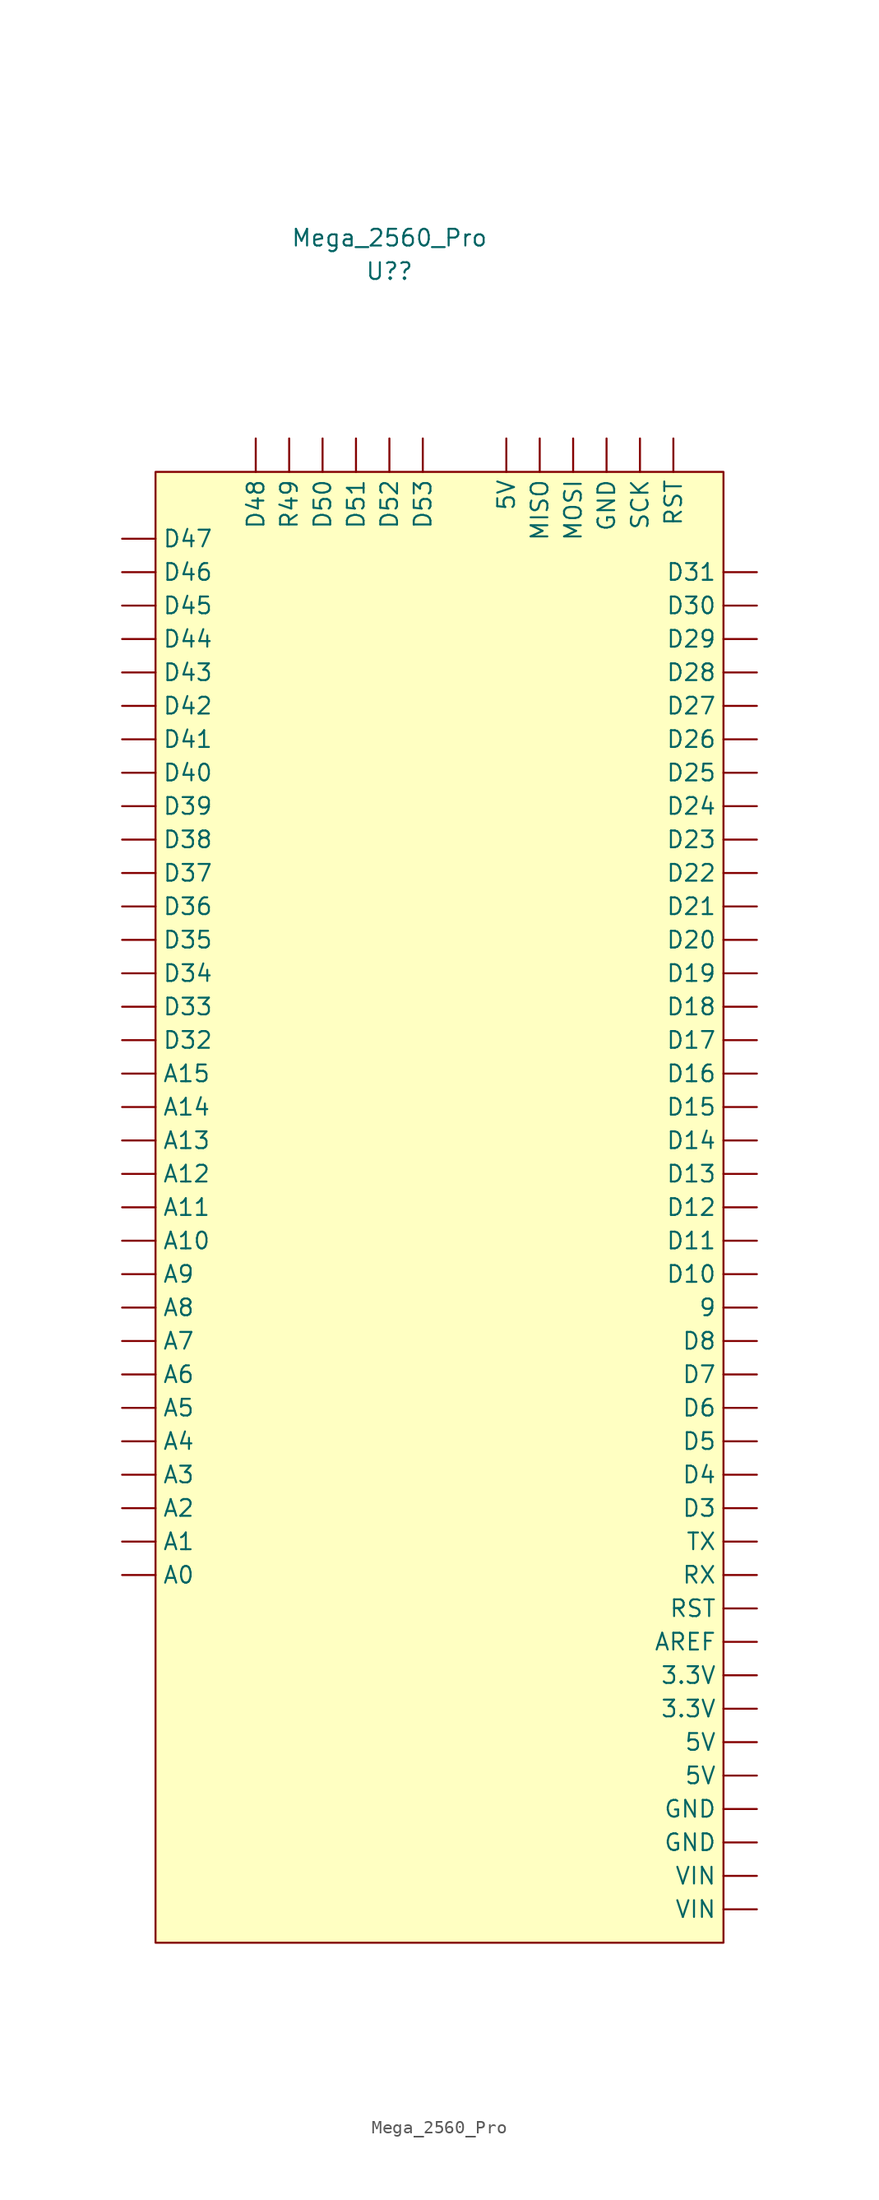
<source format=kicad_sym>
(kicad_symbol_lib
  (version 20211014)
  (generator kicad_symbol_editor)
  (symbol "Mega_2560_Pro"
    (property "Reference" "U?"
      (at 7.62 44.45 0)
      (effects (font (size 1.27 1.27))))
    (property "Value" "Mega_2560_Pro"
      (at 7.62 46.99 0)
      (effects (font (size 1.27 1.27))))
    (symbol "Mega_2560_Pro_0_1"
      (rectangle (start -10.16 29.21) (end 33.02 -82.55) (stroke (width 0) (type default) (color 0 0 0 0)) (fill (type background))))
    (symbol "Mega_2560_Pro_1_1"
      (pin power_out line (at 35.56 -64.77 180) (length 2.54) (name "3.3V" (effects (font (size 1.27 1.27)))) (number "" (effects (font (size 1.27 1.27)))))
      (pin power_out line (at 35.56 -62.23 180) (length 2.54) (name "3.3V" (effects (font (size 1.27 1.27)))) (number "" (effects (font (size 1.27 1.27)))))
      (pin power_out line (at 16.51 31.75 270) (length 2.54) (name "5V" (effects (font (size 1.27 1.27)))) (number "" (effects (font (size 1.27 1.27)))))
      (pin power_out line (at 35.56 -69.85 180) (length 2.54) (name "5V" (effects (font (size 1.27 1.27)))) (number "" (effects (font (size 1.27 1.27)))))
      (pin power_out line (at 35.56 -67.31 180) (length 2.54) (name "5V" (effects (font (size 1.27 1.27)))) (number "" (effects (font (size 1.27 1.27)))))
      (pin bidirectional line (at 35.56 -34.29 180) (length 2.54) (name "9" (effects (font (size 1.27 1.27)))) (number "" (effects (font (size 1.27 1.27)))))
      (pin bidirectional line (at -12.7 -54.61 0) (length 2.54) (name "A0" (effects (font (size 1.27 1.27)))) (number "" (effects (font (size 1.27 1.27)))))
      (pin bidirectional line (at -12.7 -52.07 0) (length 2.54) (name "A1" (effects (font (size 1.27 1.27)))) (number "" (effects (font (size 1.27 1.27)))))
      (pin bidirectional line (at -12.7 -29.21 0) (length 2.54) (name "A10" (effects (font (size 1.27 1.27)))) (number "" (effects (font (size 1.27 1.27)))))
      (pin bidirectional line (at -12.7 -26.67 0) (length 2.54) (name "A11" (effects (font (size 1.27 1.27)))) (number "" (effects (font (size 1.27 1.27)))))
      (pin bidirectional line (at -12.7 -24.13 0) (length 2.54) (name "A12" (effects (font (size 1.27 1.27)))) (number "" (effects (font (size 1.27 1.27)))))
      (pin bidirectional line (at -12.7 -21.59 0) (length 2.54) (name "A13" (effects (font (size 1.27 1.27)))) (number "" (effects (font (size 1.27 1.27)))))
      (pin bidirectional line (at -12.7 -19.05 0) (length 2.54) (name "A14" (effects (font (size 1.27 1.27)))) (number "" (effects (font (size 1.27 1.27)))))
      (pin bidirectional line (at -12.7 -16.51 0) (length 2.54) (name "A15" (effects (font (size 1.27 1.27)))) (number "" (effects (font (size 1.27 1.27)))))
      (pin bidirectional line (at -12.7 -49.53 0) (length 2.54) (name "A2" (effects (font (size 1.27 1.27)))) (number "" (effects (font (size 1.27 1.27)))))
      (pin bidirectional line (at -12.7 -46.99 0) (length 2.54) (name "A3" (effects (font (size 1.27 1.27)))) (number "" (effects (font (size 1.27 1.27)))))
      (pin bidirectional line (at -12.7 -44.45 0) (length 2.54) (name "A4" (effects (font (size 1.27 1.27)))) (number "" (effects (font (size 1.27 1.27)))))
      (pin bidirectional line (at -12.7 -41.91 0) (length 2.54) (name "A5" (effects (font (size 1.27 1.27)))) (number "" (effects (font (size 1.27 1.27)))))
      (pin bidirectional line (at -12.7 -39.37 0) (length 2.54) (name "A6" (effects (font (size 1.27 1.27)))) (number "" (effects (font (size 1.27 1.27)))))
      (pin bidirectional line (at -12.7 -36.83 0) (length 2.54) (name "A7" (effects (font (size 1.27 1.27)))) (number "" (effects (font (size 1.27 1.27)))))
      (pin bidirectional line (at -12.7 -34.29 0) (length 2.54) (name "A8" (effects (font (size 1.27 1.27)))) (number "" (effects (font (size 1.27 1.27)))))
      (pin bidirectional line (at -12.7 -31.75 0) (length 2.54) (name "A9" (effects (font (size 1.27 1.27)))) (number "" (effects (font (size 1.27 1.27)))))
      (pin input line (at 35.56 -59.69 180) (length 2.54) (name "AREF" (effects (font (size 1.27 1.27)))) (number "" (effects (font (size 1.27 1.27)))))
      (pin bidirectional line (at 35.56 -31.75 180) (length 2.54) (name "D10" (effects (font (size 1.27 1.27)))) (number "" (effects (font (size 1.27 1.27)))))
      (pin bidirectional line (at 35.56 -29.21 180) (length 2.54) (name "D11" (effects (font (size 1.27 1.27)))) (number "" (effects (font (size 1.27 1.27)))))
      (pin bidirectional line (at 35.56 -26.67 180) (length 2.54) (name "D12" (effects (font (size 1.27 1.27)))) (number "" (effects (font (size 1.27 1.27)))))
      (pin bidirectional line (at 35.56 -24.13 180) (length 2.54) (name "D13" (effects (font (size 1.27 1.27)))) (number "" (effects (font (size 1.27 1.27)))))
      (pin bidirectional line (at 35.56 -21.59 180) (length 2.54) (name "D14" (effects (font (size 1.27 1.27)))) (number "" (effects (font (size 1.27 1.27)))))
      (pin bidirectional line (at 35.56 -19.05 180) (length 2.54) (name "D15" (effects (font (size 1.27 1.27)))) (number "" (effects (font (size 1.27 1.27)))))
      (pin bidirectional line (at 35.56 -16.51 180) (length 2.54) (name "D16" (effects (font (size 1.27 1.27)))) (number "" (effects (font (size 1.27 1.27)))))
      (pin bidirectional line (at 35.56 -13.97 180) (length 2.54) (name "D17" (effects (font (size 1.27 1.27)))) (number "" (effects (font (size 1.27 1.27)))))
      (pin bidirectional line (at 35.56 -11.43 180) (length 2.54) (name "D18" (effects (font (size 1.27 1.27)))) (number "" (effects (font (size 1.27 1.27)))))
      (pin bidirectional line (at 35.56 -8.89 180) (length 2.54) (name "D19" (effects (font (size 1.27 1.27)))) (number "" (effects (font (size 1.27 1.27)))))
      (pin bidirectional line (at 35.56 -6.35 180) (length 2.54) (name "D20" (effects (font (size 1.27 1.27)))) (number "" (effects (font (size 1.27 1.27)))))
      (pin bidirectional line (at 35.56 -3.81 180) (length 2.54) (name "D21" (effects (font (size 1.27 1.27)))) (number "" (effects (font (size 1.27 1.27)))))
      (pin bidirectional line (at 35.56 -1.27 180) (length 2.54) (name "D22" (effects (font (size 1.27 1.27)))) (number "" (effects (font (size 1.27 1.27)))))
      (pin bidirectional line (at 35.56 1.27 180) (length 2.54) (name "D23" (effects (font (size 1.27 1.27)))) (number "" (effects (font (size 1.27 1.27)))))
      (pin bidirectional line (at 35.56 3.81 180) (length 2.54) (name "D24" (effects (font (size 1.27 1.27)))) (number "" (effects (font (size 1.27 1.27)))))
      (pin bidirectional line (at 35.56 6.35 180) (length 2.54) (name "D25" (effects (font (size 1.27 1.27)))) (number "" (effects (font (size 1.27 1.27)))))
      (pin bidirectional line (at 35.56 8.89 180) (length 2.54) (name "D26" (effects (font (size 1.27 1.27)))) (number "" (effects (font (size 1.27 1.27)))))
      (pin bidirectional line (at 35.56 11.43 180) (length 2.54) (name "D27" (effects (font (size 1.27 1.27)))) (number "" (effects (font (size 1.27 1.27)))))
      (pin bidirectional line (at 35.56 13.97 180) (length 2.54) (name "D28" (effects (font (size 1.27 1.27)))) (number "" (effects (font (size 1.27 1.27)))))
      (pin bidirectional line (at 35.56 16.51 180) (length 2.54) (name "D29" (effects (font (size 1.27 1.27)))) (number "" (effects (font (size 1.27 1.27)))))
      (pin bidirectional line (at 35.56 -49.53 180) (length 2.54) (name "D3" (effects (font (size 1.27 1.27)))) (number "" (effects (font (size 1.27 1.27)))))
      (pin bidirectional line (at 35.56 19.05 180) (length 2.54) (name "D30" (effects (font (size 1.27 1.27)))) (number "" (effects (font (size 1.27 1.27)))))
      (pin bidirectional line (at 35.56 21.59 180) (length 2.54) (name "D31" (effects (font (size 1.27 1.27)))) (number "" (effects (font (size 1.27 1.27)))))
      (pin bidirectional line (at -12.7 -13.97 0) (length 2.54) (name "D32" (effects (font (size 1.27 1.27)))) (number "" (effects (font (size 1.27 1.27)))))
      (pin bidirectional line (at -12.7 -11.43 0) (length 2.54) (name "D33" (effects (font (size 1.27 1.27)))) (number "" (effects (font (size 1.27 1.27)))))
      (pin bidirectional line (at -12.7 -8.89 0) (length 2.54) (name "D34" (effects (font (size 1.27 1.27)))) (number "" (effects (font (size 1.27 1.27)))))
      (pin bidirectional line (at -12.7 -6.35 0) (length 2.54) (name "D35" (effects (font (size 1.27 1.27)))) (number "" (effects (font (size 1.27 1.27)))))
      (pin bidirectional line (at -12.7 -3.81 0) (length 2.54) (name "D36" (effects (font (size 1.27 1.27)))) (number "" (effects (font (size 1.27 1.27)))))
      (pin bidirectional line (at -12.7 -1.27 0) (length 2.54) (name "D37" (effects (font (size 1.27 1.27)))) (number "" (effects (font (size 1.27 1.27)))))
      (pin bidirectional line (at -12.7 1.27 0) (length 2.54) (name "D38" (effects (font (size 1.27 1.27)))) (number "" (effects (font (size 1.27 1.27)))))
      (pin bidirectional line (at -12.7 3.81 0) (length 2.54) (name "D39" (effects (font (size 1.27 1.27)))) (number "" (effects (font (size 1.27 1.27)))))
      (pin bidirectional line (at 35.56 -46.99 180) (length 2.54) (name "D4" (effects (font (size 1.27 1.27)))) (number "" (effects (font (size 1.27 1.27)))))
      (pin bidirectional line (at -12.7 6.35 0) (length 2.54) (name "D40" (effects (font (size 1.27 1.27)))) (number "" (effects (font (size 1.27 1.27)))))
      (pin bidirectional line (at -12.7 8.89 0) (length 2.54) (name "D41" (effects (font (size 1.27 1.27)))) (number "" (effects (font (size 1.27 1.27)))))
      (pin bidirectional line (at -12.7 11.43 0) (length 2.54) (name "D42" (effects (font (size 1.27 1.27)))) (number "" (effects (font (size 1.27 1.27)))))
      (pin bidirectional line (at -12.7 13.97 0) (length 2.54) (name "D43" (effects (font (size 1.27 1.27)))) (number "" (effects (font (size 1.27 1.27)))))
      (pin bidirectional line (at -12.7 16.51 0) (length 2.54) (name "D44" (effects (font (size 1.27 1.27)))) (number "" (effects (font (size 1.27 1.27)))))
      (pin bidirectional line (at -12.7 19.05 0) (length 2.54) (name "D45" (effects (font (size 1.27 1.27)))) (number "" (effects (font (size 1.27 1.27)))))
      (pin bidirectional line (at -12.7 21.59 0) (length 2.54) (name "D46" (effects (font (size 1.27 1.27)))) (number "" (effects (font (size 1.27 1.27)))))
      (pin bidirectional line (at -12.7 24.13 0) (length 2.54) (name "D47" (effects (font (size 1.27 1.27)))) (number "" (effects (font (size 1.27 1.27)))))
      (pin bidirectional line (at -2.54 31.75 270) (length 2.54) (name "D48" (effects (font (size 1.27 1.27)))) (number "" (effects (font (size 1.27 1.27)))))
      (pin bidirectional line (at 35.56 -44.45 180) (length 2.54) (name "D5" (effects (font (size 1.27 1.27)))) (number "" (effects (font (size 1.27 1.27)))))
      (pin bidirectional line (at 2.54 31.75 270) (length 2.54) (name "D50" (effects (font (size 1.27 1.27)))) (number "" (effects (font (size 1.27 1.27)))))
      (pin bidirectional line (at 5.08 31.75 270) (length 2.54) (name "D51" (effects (font (size 1.27 1.27)))) (number "" (effects (font (size 1.27 1.27)))))
      (pin bidirectional line (at 7.62 31.75 270) (length 2.54) (name "D52" (effects (font (size 1.27 1.27)))) (number "" (effects (font (size 1.27 1.27)))))
      (pin bidirectional line (at 10.16 31.75 270) (length 2.54) (name "D53" (effects (font (size 1.27 1.27)))) (number "" (effects (font (size 1.27 1.27)))))
      (pin bidirectional line (at 35.56 -41.91 180) (length 2.54) (name "D6" (effects (font (size 1.27 1.27)))) (number "" (effects (font (size 1.27 1.27)))))
      (pin bidirectional line (at 35.56 -39.37 180) (length 2.54) (name "D7" (effects (font (size 1.27 1.27)))) (number "" (effects (font (size 1.27 1.27)))))
      (pin bidirectional line (at 35.56 -36.83 180) (length 2.54) (name "D8" (effects (font (size 1.27 1.27)))) (number "" (effects (font (size 1.27 1.27)))))
      (pin power_in line (at 24.13 31.75 270) (length 2.54) (name "GND" (effects (font (size 1.27 1.27)))) (number "" (effects (font (size 1.27 1.27)))))
      (pin power_in line (at 35.56 -74.93 180) (length 2.54) (name "GND" (effects (font (size 1.27 1.27)))) (number "" (effects (font (size 1.27 1.27)))))
      (pin power_in line (at 35.56 -72.39 180) (length 2.54) (name "GND" (effects (font (size 1.27 1.27)))) (number "" (effects (font (size 1.27 1.27)))))
      (pin input line (at 19.05 31.75 270) (length 2.54) (name "MISO" (effects (font (size 1.27 1.27)))) (number "" (effects (font (size 1.27 1.27)))))
      (pin output line (at 21.59 31.75 270) (length 2.54) (name "MOSI" (effects (font (size 1.27 1.27)))) (number "" (effects (font (size 1.27 1.27)))))
      (pin bidirectional line (at 0 31.75 270) (length 2.54) (name "R49" (effects (font (size 1.27 1.27)))) (number "" (effects (font (size 1.27 1.27)))))
      (pin input line (at 29.21 31.75 270) (length 2.54) (name "RST" (effects (font (size 1.27 1.27)))) (number "" (effects (font (size 1.27 1.27)))))
      (pin input line (at 35.56 -57.15 180) (length 2.54) (name "RST" (effects (font (size 1.27 1.27)))) (number "" (effects (font (size 1.27 1.27)))))
      (pin output line (at 35.56 -54.61 180) (length 2.54) (name "RX" (effects (font (size 1.27 1.27)))) (number "" (effects (font (size 1.27 1.27)))))
      (pin output line (at 26.67 31.75 270) (length 2.54) (name "SCK" (effects (font (size 1.27 1.27)))) (number "" (effects (font (size 1.27 1.27)))))
      (pin input line (at 35.56 -52.07 180) (length 2.54) (name "TX" (effects (font (size 1.27 1.27)))) (number "" (effects (font (size 1.27 1.27)))))
      (pin power_in line (at 35.56 -80.01 180) (length 2.54) (name "VIN" (effects (font (size 1.27 1.27)))) (number "" (effects (font (size 1.27 1.27)))))
      (pin power_in line (at 35.56 -77.47 180) (length 2.54) (name "VIN" (effects (font (size 1.27 1.27)))) (number "" (effects (font (size 1.27 1.27))))))))
</source>
